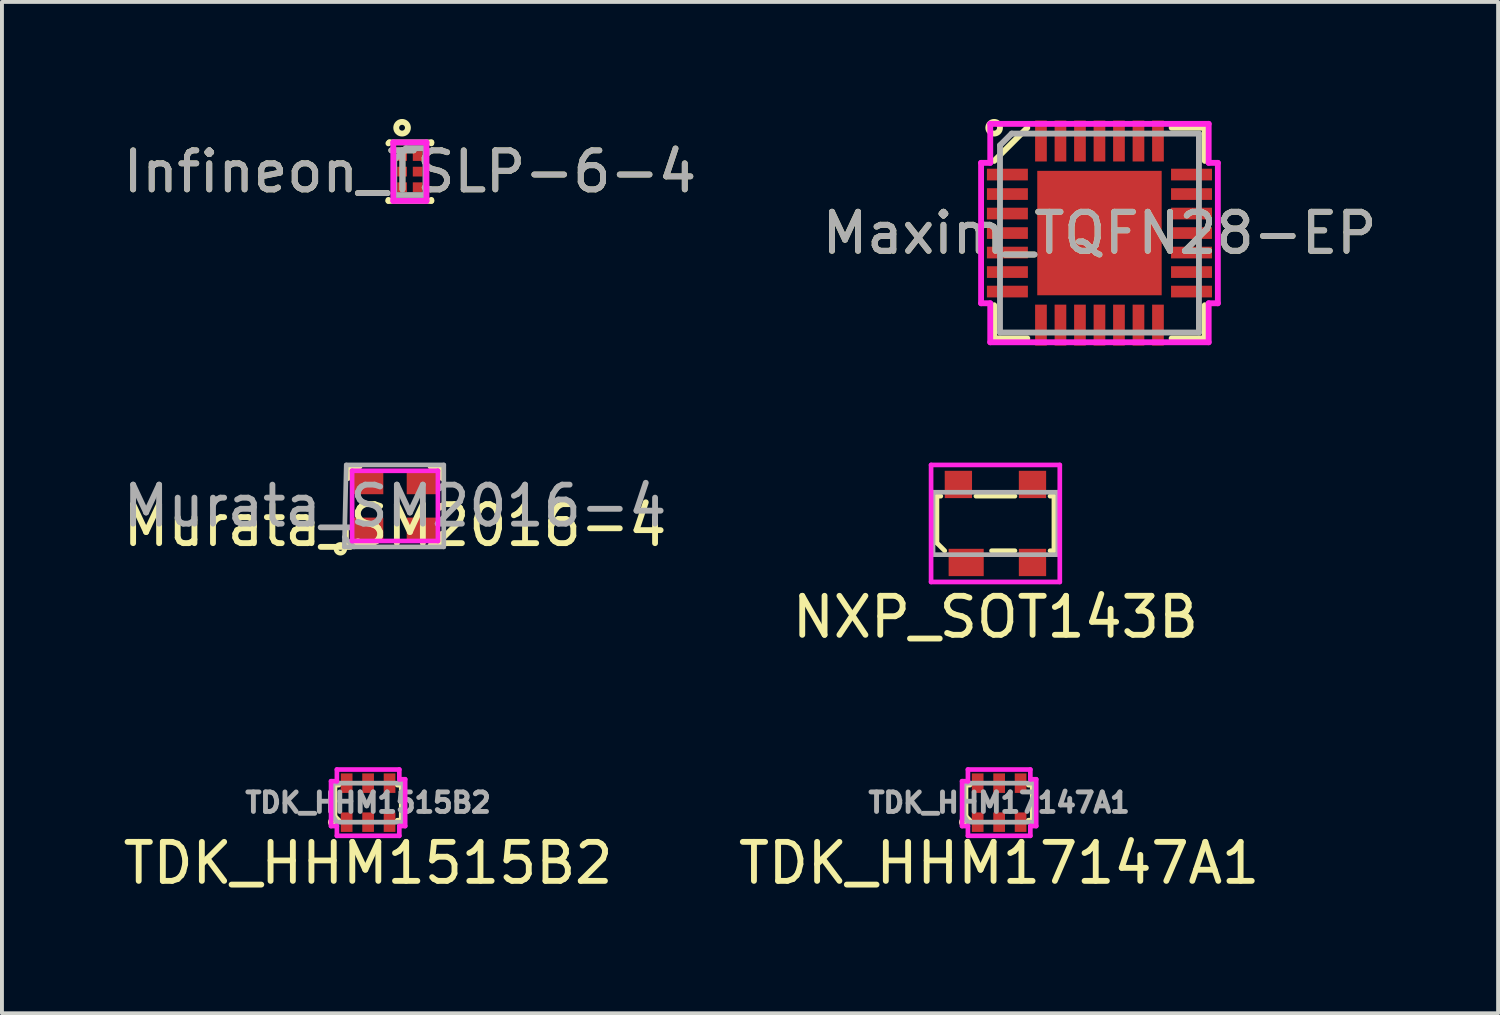
<source format=kicad_pcb>
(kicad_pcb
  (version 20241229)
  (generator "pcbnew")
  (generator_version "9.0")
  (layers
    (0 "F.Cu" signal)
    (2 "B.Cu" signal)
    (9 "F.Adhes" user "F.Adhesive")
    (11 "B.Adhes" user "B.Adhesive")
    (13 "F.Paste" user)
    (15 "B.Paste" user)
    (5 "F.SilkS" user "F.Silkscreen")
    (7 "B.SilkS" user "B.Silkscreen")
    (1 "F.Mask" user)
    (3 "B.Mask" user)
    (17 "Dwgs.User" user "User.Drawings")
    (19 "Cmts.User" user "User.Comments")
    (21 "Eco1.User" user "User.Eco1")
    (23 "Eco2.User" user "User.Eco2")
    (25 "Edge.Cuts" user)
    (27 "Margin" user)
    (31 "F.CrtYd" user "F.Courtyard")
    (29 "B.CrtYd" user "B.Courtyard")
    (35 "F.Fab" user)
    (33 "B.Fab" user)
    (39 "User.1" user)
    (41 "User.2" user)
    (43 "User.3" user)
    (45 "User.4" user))
  (footprint "TDK_HHM17147A1"
    (layer "F.Cu")
    (at 22.565 17.528)
    (property "Reference" "TDK_HHM17147A1" (at 0 1.55 0) (layer "F.SilkS") (effects (font (size 1 1) (thickness 0.15))))
    (attr through_hole)
    (fp_line (start -0.85 -0.45) (end -0.85 0.35) (stroke (width 0.12) (type solid)) (layer "F.SilkS"))
    (fp_line (start -0.85 0.35) (end -0.75 0.45) (stroke (width 0.12) (type solid)) (layer "F.SilkS"))
    (fp_line (start -0.75 -0.45) (end -0.85 -0.45) (stroke (width 0.12) (type solid)) (layer "F.SilkS"))
    (fp_line (start 0.75 0.45) (end 0.85 0.45) (stroke (width 0.12) (type solid)) (layer "F.SilkS"))
    (fp_line (start 0.85 -0.45) (end 0.75 -0.45) (stroke (width 0.12) (type solid)) (layer "F.SilkS"))
    (fp_line (start 0.85 0.45) (end 0.85 -0.45) (stroke (width 0.12) (type solid)) (layer "F.SilkS"))
    (fp_circle (center -0.9 0.5) (end -0.95 0.55) (stroke (width 0.12) (type solid)) (fill no) (layer "F.SilkS"))
    (fp_line (start -0.95 -0.55) (end -0.8 -0.55) (stroke (width 0.12) (type solid)) (layer "F.CrtYd"))
    (fp_line (start -0.95 0.6) (end -0.95 -0.55) (stroke (width 0.12) (type solid)) (layer "F.CrtYd"))
    (fp_line (start -0.8 -0.85) (end 0.8 -0.85) (stroke (width 0.12) (type solid)) (layer "F.CrtYd"))
    (fp_line (start -0.8 -0.55) (end -0.8 -0.85) (stroke (width 0.12) (type solid)) (layer "F.CrtYd"))
    (fp_line (start -0.8 0.6) (end -0.95 0.6) (stroke (width 0.12) (type solid)) (layer "F.CrtYd"))
    (fp_line (start -0.8 0.85) (end -0.8 0.6) (stroke (width 0.12) (type solid)) (layer "F.CrtYd"))
    (fp_line (start 0.8 -0.85) (end 0.8 -0.6) (stroke (width 0.12) (type solid)) (layer "F.CrtYd"))
    (fp_line (start 0.8 -0.6) (end 0.95 -0.6) (stroke (width 0.12) (type solid)) (layer "F.CrtYd"))
    (fp_line (start 0.8 0.6) (end 0.8 0.85) (stroke (width 0.12) (type solid)) (layer "F.CrtYd"))
    (fp_line (start 0.8 0.85) (end -0.8 0.85) (stroke (width 0.12) (type solid)) (layer "F.CrtYd"))
    (fp_line (start 0.95 -0.6) (end 0.95 0.6) (stroke (width 0.12) (type solid)) (layer "F.CrtYd"))
    (fp_line (start 0.95 0.6) (end 0.8 0.6) (stroke (width 0.12) (type solid)) (layer "F.CrtYd"))
    (fp_line (start -0.9 -0.5) (end -0.9 0.35) (stroke (width 0.12) (type solid)) (layer "F.Fab"))
    (fp_line (start -0.9 0.35) (end -0.8 0.5) (stroke (width 0.12) (type solid)) (layer "F.Fab"))
    (fp_line (start -0.8 0.5) (end 0.9 0.5) (stroke (width 0.12) (type solid)) (layer "F.Fab"))
    (fp_line (start 0.9 -0.5) (end -0.9 -0.5) (stroke (width 0.12) (type solid)) (layer "F.Fab"))
    (fp_line (start 0.9 0.5) (end 0.9 -0.5) (stroke (width 0.12) (type solid)) (layer "F.Fab"))
    (fp_text user "${REFERENCE}" (at 0 0 0) (layer "F.Fab") (effects (font (size 0.5 0.5) (thickness 0.125))))
    (pad "1" smd rect (at -0.55 0.5) (size 0.3 0.5) (layers "F.Cu" "F.Mask" "F.Paste"))
    (pad "2" smd rect (at 0 0.5) (size 0.3 0.5) (layers "F.Cu" "F.Mask" "F.Paste"))
    (pad "3" smd rect (at 0.55 0.5) (size 0.3 0.5) (layers "F.Cu" "F.Mask" "F.Paste"))
    (pad "4" smd rect (at 0.55 -0.5) (size 0.3 0.5) (layers "F.Cu" "F.Mask" "F.Paste"))
    (pad "5" smd rect (at 0 -0.5) (size 0.3 0.5) (layers "F.Cu" "F.Mask" "F.Paste"))
    (pad "6" smd rect (at -0.55 -0.5) (size 0.3 0.5) (layers "F.Cu" "F.Mask" "F.Paste")))
  (footprint "Maxim_TQFN28-EP"
    (layer "F.Cu")
    (at 25.137 2.925)
    (property "Reference" "Maxim_TQFN28-EP" (at 0 0 0) (layer "F.SilkS") (effects (font (size 1 1) (thickness 0.15))))
    (property "Value" "${VALUE}" (at 0 -0.5 0) (layer "F.Fab") (hide yes) (effects (font (size 1 1) (thickness 0.15))))
    (attr through_hole)
    (fp_line (start -2.7 -1.85) (end -1.85 -2.7) (stroke (width 0.15) (type solid)) (layer "F.SilkS"))
    (fp_line (start -2.7 2.7) (end -2.7 1.85) (stroke (width 0.15) (type solid)) (layer "F.SilkS"))
    (fp_line (start -1.85 2.7) (end -2.7 2.7) (stroke (width 0.15) (type solid)) (layer "F.SilkS"))
    (fp_line (start 1.85 2.7) (end 2.7 2.7) (stroke (width 0.15) (type solid)) (layer "F.SilkS"))
    (fp_line (start 2.7 -2.7) (end 1.85 -2.7) (stroke (width 0.15) (type solid)) (layer "F.SilkS"))
    (fp_line (start 2.7 -1.85) (end 2.7 -2.7) (stroke (width 0.15) (type solid)) (layer "F.SilkS"))
    (fp_line (start 2.7 2.7) (end 2.7 1.85) (stroke (width 0.15) (type solid)) (layer "F.SilkS"))
    (fp_circle (center -2.7 -2.7) (end -2.7 -2.85) (stroke (width 0.15) (type solid)) (fill no) (layer "F.SilkS"))
    (fp_line (start -3.035 -1.8) (end -2.8 -1.8) (stroke (width 0.15) (type solid)) (layer "F.CrtYd"))
    (fp_line (start -3.035 1.8) (end -3.035 -1.8) (stroke (width 0.15) (type solid)) (layer "F.CrtYd"))
    (fp_line (start -2.8 -2.8) (end 2.8 -2.8) (stroke (width 0.15) (type solid)) (layer "F.CrtYd"))
    (fp_line (start -2.8 -1.8) (end -2.8 -2.8) (stroke (width 0.15) (type solid)) (layer "F.CrtYd"))
    (fp_line (start -2.8 1.8) (end -3.035 1.8) (stroke (width 0.15) (type solid)) (layer "F.CrtYd"))
    (fp_line (start -2.8 2.8) (end -2.8 1.8) (stroke (width 0.15) (type solid)) (layer "F.CrtYd"))
    (fp_line (start 2.8 -2.8) (end 2.8 -1.8) (stroke (width 0.15) (type solid)) (layer "F.CrtYd"))
    (fp_line (start 2.8 -1.8) (end 3.035 -1.8) (stroke (width 0.15) (type solid)) (layer "F.CrtYd"))
    (fp_line (start 2.8 1.8) (end 2.8 2.8) (stroke (width 0.15) (type solid)) (layer "F.CrtYd"))
    (fp_line (start 2.8 2.8) (end -2.8 2.8) (stroke (width 0.15) (type solid)) (layer "F.CrtYd"))
    (fp_line (start 3.035 -1.8) (end 3.035 1.8) (stroke (width 0.15) (type solid)) (layer "F.CrtYd"))
    (fp_line (start 3.035 1.8) (end 2.8 1.8) (stroke (width 0.15) (type solid)) (layer "F.CrtYd"))
    (fp_line (start -2.55 -2.25) (end -2.55 2.55) (stroke (width 0.15) (type solid)) (layer "F.Fab"))
    (fp_line (start -2.55 2.55) (end 2.55 2.55) (stroke (width 0.15) (type solid)) (layer "F.Fab"))
    (fp_line (start -2.25 -2.55) (end -2.55 -2.25) (stroke (width 0.15) (type solid)) (layer "F.Fab"))
    (fp_line (start 2.55 -2.55) (end -2.25 -2.55) (stroke (width 0.15) (type solid)) (layer "F.Fab"))
    (fp_line (start 2.55 2.55) (end 2.55 -2.55) (stroke (width 0.15) (type solid)) (layer "F.Fab"))
    (fp_text user "${REFERENCE}" (at 0 0 0) (layer "F.Fab") (effects (font (size 1 1) (thickness 0.15))))
    (pad "0" smd rect (at 0 0) (size 3.19 3.19) (layers "F.Cu" "F.Mask" "F.Paste"))
    (pad "1" smd rect (at -2.36 -1.5) (size 1.05 0.3) (layers "F.Cu" "F.Mask" "F.Paste"))
    (pad "2" smd rect (at -2.36 -1) (size 1.05 0.3) (layers "F.Cu" "F.Mask" "F.Paste"))
    (pad "3" smd rect (at -2.36 -0.5) (size 1.05 0.3) (layers "F.Cu" "F.Mask" "F.Paste"))
    (pad "4" smd rect (at -2.36 0) (size 1.05 0.3) (layers "F.Cu" "F.Mask" "F.Paste"))
    (pad "5" smd rect (at -2.36 0.5) (size 1.05 0.3) (layers "F.Cu" "F.Mask" "F.Paste"))
    (pad "6" smd rect (at -2.36 1) (size 1.05 0.3) (layers "F.Cu" "F.Mask" "F.Paste"))
    (pad "7" smd rect (at -2.36 1.5) (size 1.05 0.3) (layers "F.Cu" "F.Mask" "F.Paste"))
    (pad "8" smd rect (at -1.5 2.36) (size 0.3 1.05) (layers "F.Cu" "F.Mask" "F.Paste"))
    (pad "9" smd rect (at -1 2.36) (size 0.3 1.05) (layers "F.Cu" "F.Mask" "F.Paste"))
    (pad "10" smd rect (at -0.5 2.36) (size 0.3 1.05) (layers "F.Cu" "F.Mask" "F.Paste"))
    (pad "11" smd rect (at 0 2.36) (size 0.3 1.05) (layers "F.Cu" "F.Mask" "F.Paste"))
    (pad "12" smd rect (at 0.5 2.36) (size 0.3 1.05) (layers "F.Cu" "F.Mask" "F.Paste"))
    (pad "13" smd rect (at 1 2.36) (size 0.3 1.05) (layers "F.Cu" "F.Mask" "F.Paste"))
    (pad "14" smd rect (at 1.5 2.36) (size 0.3 1.05) (layers "F.Cu" "F.Mask" "F.Paste"))
    (pad "15" smd rect (at 2.36 1.5) (size 1.05 0.3) (layers "F.Cu" "F.Mask" "F.Paste"))
    (pad "16" smd rect (at 2.36 1) (size 1.05 0.3) (layers "F.Cu" "F.Mask" "F.Paste"))
    (pad "17" smd rect (at 2.36 0.5) (size 1.05 0.3) (layers "F.Cu" "F.Mask" "F.Paste"))
    (pad "18" smd rect (at 2.36 0) (size 1.05 0.3) (layers "F.Cu" "F.Mask" "F.Paste"))
    (pad "19" smd rect (at 2.36 -0.5) (size 1.05 0.3) (layers "F.Cu" "F.Mask" "F.Paste"))
    (pad "20" smd rect (at 2.36 -1) (size 1.05 0.3) (layers "F.Cu" "F.Mask" "F.Paste"))
    (pad "21" smd rect (at 2.36 -1.5) (size 1.05 0.3) (layers "F.Cu" "F.Mask" "F.Paste"))
    (pad "22" smd rect (at 1.5 -2.36) (size 0.3 1.05) (layers "F.Cu" "F.Mask" "F.Paste"))
    (pad "23" smd rect (at 1 -2.36) (size 0.3 1.05) (layers "F.Cu" "F.Mask" "F.Paste"))
    (pad "24" smd rect (at 0.5 -2.36) (size 0.3 1.05) (layers "F.Cu" "F.Mask" "F.Paste"))
    (pad "25" smd rect (at 0 -2.36) (size 0.3 1.05) (layers "F.Cu" "F.Mask" "F.Paste"))
    (pad "26" smd rect (at -0.5 -2.36) (size 0.3 1.05) (layers "F.Cu" "F.Mask" "F.Paste"))
    (pad "27" smd rect (at -1 -2.36) (size 0.3 1.05) (layers "F.Cu" "F.Mask" "F.Paste"))
    (pad "28" smd rect (at -1.5 -2.36) (size 0.3 1.05) (layers "F.Cu" "F.Mask" "F.Paste")))
  (footprint "Infineon_TSLP-6-4"
    (layer "F.Cu")
    (at 7.458 1.35)
    (property "Reference" "Infineon_TSLP-6-4" (at 0 0 0) (layer "F.SilkS") (effects (font (size 1 1) (thickness 0.15))))
    (property "Value" "${VALUE}" (at 0 -0.5 0) (layer "F.Fab") (hide yes) (effects (font (size 1 1) (thickness 0.15))))
    (attr through_hole)
    (fp_line (start -0.55 -0.725) (end -0.525 -0.75) (stroke (width 0.15) (type solid)) (layer "F.SilkS"))
    (fp_line (start -0.55 0.75) (end -0.55 0.725) (stroke (width 0.15) (type solid)) (layer "F.SilkS"))
    (fp_line (start -0.525 -0.75) (end 0.55 -0.75) (stroke (width 0.15) (type solid)) (layer "F.SilkS"))
    (fp_line (start 0.55 -0.75) (end 0.55 -0.725) (stroke (width 0.15) (type solid)) (layer "F.SilkS"))
    (fp_line (start 0.55 0.725) (end 0.55 0.75) (stroke (width 0.15) (type solid)) (layer "F.SilkS"))
    (fp_line (start 0.55 0.75) (end -0.55 0.75) (stroke (width 0.15) (type solid)) (layer "F.SilkS"))
    (fp_circle (center -0.2 -1.125) (end -0.2 -0.975) (stroke (width 0.15) (type solid)) (fill no) (layer "F.SilkS"))
    (fp_line (start -0.425 -0.75) (end -0.425 0.75) (stroke (width 0.15) (type solid)) (layer "F.CrtYd"))
    (fp_line (start -0.425 0.75) (end 0.425 0.75) (stroke (width 0.15) (type solid)) (layer "F.CrtYd"))
    (fp_line (start 0.425 -0.75) (end -0.425 -0.75) (stroke (width 0.15) (type solid)) (layer "F.CrtYd"))
    (fp_line (start 0.425 0.75) (end 0.425 -0.75) (stroke (width 0.15) (type solid)) (layer "F.CrtYd"))
    (fp_line (start -0.4 -0.3) (end -0.4 0.6) (stroke (width 0.15) (type solid)) (layer "F.Fab"))
    (fp_line (start -0.4 0.6) (end 0.4 0.6) (stroke (width 0.15) (type solid)) (layer "F.Fab"))
    (fp_line (start -0.1 -0.6) (end -0.4 -0.3) (stroke (width 0.15) (type solid)) (layer "F.Fab"))
    (fp_line (start 0.4 -0.6) (end -0.1 -0.6) (stroke (width 0.15) (type solid)) (layer "F.Fab"))
    (fp_line (start 0.4 0.6) (end 0.4 -0.6) (stroke (width 0.15) (type solid)) (layer "F.Fab"))
    (fp_text user "${REFERENCE}" (at 0 0 0) (layer "F.Fab") (effects (font (size 1 1) (thickness 0.15))))
    (pad "1" smd rect (at -0.2 -0.4) (size 0.25 0.25) (layers "F.Cu" "F.Mask" "F.Paste"))
    (pad "2" smd rect (at -0.2 0) (size 0.25 0.25) (layers "F.Cu" "F.Mask" "F.Paste"))
    (pad "3" smd rect (at -0.2 0.4) (size 0.25 0.25) (layers "F.Cu" "F.Mask" "F.Paste"))
    (pad "4" smd rect (at 0.2 0.4) (size 0.25 0.25) (layers "F.Cu" "F.Mask" "F.Paste"))
    (pad "5" smd rect (at 0.2 0) (size 0.25 0.25) (layers "F.Cu" "F.Mask" "F.Paste"))
    (pad "6" smd rect (at 0.2 -0.4) (size 0.25 0.25) (layers "F.Cu" "F.Mask" "F.Paste")))
  (footprint "NXP_SOT143B"
    (layer "F.Cu")
    (at 22.47 10.37)
    (property "Reference" "NXP_SOT143B" (at 0 2.4 0) (layer "F.SilkS") (effects (font (size 1 1) (thickness 0.15))))
    (attr through_hole)
    (fp_line (start -1.5 -0.7) (end -1.5 0.5) (stroke (width 0.12) (type solid)) (layer "F.SilkS"))
    (fp_line (start -1.5 -0.7) (end -1.4 -0.7) (stroke (width 0.12) (type solid)) (layer "F.SilkS"))
    (fp_line (start -1.5 0.5) (end -1.3 0.7) (stroke (width 0.12) (type solid)) (layer "F.SilkS"))
    (fp_line (start -0.5 -0.7) (end 0.5 -0.7) (stroke (width 0.12) (type solid)) (layer "F.SilkS"))
    (fp_line (start -0.1 0.7) (end 0.5 0.7) (stroke (width 0.12) (type solid)) (layer "F.SilkS"))
    (fp_line (start 1.4 -0.7) (end 1.5 -0.7) (stroke (width 0.12) (type solid)) (layer "F.SilkS"))
    (fp_line (start 1.5 -0.7) (end 1.5 0.7) (stroke (width 0.12) (type solid)) (layer "F.SilkS"))
    (fp_line (start 1.5 0.7) (end 1.4 0.7) (stroke (width 0.12) (type solid)) (layer "F.SilkS"))
    (fp_line (start -1.65 -1.5) (end 1.65 -1.5) (stroke (width 0.12) (type solid)) (layer "F.CrtYd"))
    (fp_line (start -1.65 1.5) (end -1.65 -1.5) (stroke (width 0.12) (type solid)) (layer "F.CrtYd"))
    (fp_line (start 1.65 -1.5) (end 1.65 1.5) (stroke (width 0.12) (type solid)) (layer "F.CrtYd"))
    (fp_line (start 1.65 1.5) (end -1.65 1.5) (stroke (width 0.12) (type solid)) (layer "F.CrtYd"))
    (fp_line (start -1.6 -0.8) (end 1.6 -0.8) (stroke (width 0.12) (type solid)) (layer "F.Fab"))
    (fp_line (start -1.6 0.8) (end -1.6 -0.8) (stroke (width 0.12) (type solid)) (layer "F.Fab"))
    (fp_line (start 1.6 -0.8) (end 1.6 0.8) (stroke (width 0.12) (type solid)) (layer "F.Fab"))
    (fp_line (start 1.6 0.8) (end -1.6 0.8) (stroke (width 0.12) (type solid)) (layer "F.Fab"))
    (pad "1" smd rect (at -0.75 1) (size 0.9 0.7) (layers "F.Cu" "F.Mask" "F.Paste"))
    (pad "2" smd rect (at 0.95 1) (size 0.7 0.7) (layers "F.Cu" "F.Mask" "F.Paste"))
    (pad "3" smd rect (at 0.95 -1) (size 0.7 0.7) (layers "F.Cu" "F.Mask" "F.Paste"))
    (pad "4" smd rect (at -0.95 -1) (size 0.7 0.7) (layers "F.Cu" "F.Mask" "F.Paste")))
  (footprint "Murata_SM2016-4"
    (layer "F.Cu")
    (at 7.077 9.92)
    (property "Reference" "Murata_SM2016-4" (at 0 0.5 0) (layer "F.SilkS") (effects (font (size 1 1) (thickness 0.15))))
    (attr through_hole)
    (fp_line (start -1.25 0.6) (end -1.25 1) (stroke (width 0.12) (type solid)) (layer "F.SilkS"))
    (fp_line (start -1.25 1) (end -1.25 0.6) (stroke (width 0.12) (type solid)) (layer "F.SilkS"))
    (fp_line (start -1.25 1) (end -0.85 1) (stroke (width 0.12) (type solid)) (layer "F.SilkS"))
    (fp_line (start -1.2 -1) (end -1.2 -0.7) (stroke (width 0.12) (type solid)) (layer "F.SilkS"))
    (fp_line (start -0.9 -1) (end -1.2 -1) (stroke (width 0.12) (type solid)) (layer "F.SilkS"))
    (fp_line (start 0.9 -1) (end 1.2 -1) (stroke (width 0.12) (type solid)) (layer "F.SilkS"))
    (fp_line (start 0.9 1) (end 1.2 1) (stroke (width 0.12) (type solid)) (layer "F.SilkS"))
    (fp_line (start 1.2 -1) (end 1.2 -0.7) (stroke (width 0.12) (type solid)) (layer "F.SilkS"))
    (fp_line (start 1.2 1) (end 1.2 0.7) (stroke (width 0.12) (type solid)) (layer "F.SilkS"))
    (fp_circle (center -1.4 1.1) (end -1.3 1.15) (stroke (width 0.12) (type solid)) (fill no) (layer "F.SilkS"))
    (fp_line (start -1.1 -0.9) (end -1.1 0.9) (stroke (width 0.12) (type solid)) (layer "F.CrtYd"))
    (fp_line (start -1.1 0.9) (end 1.1 0.9) (stroke (width 0.12) (type solid)) (layer "F.CrtYd"))
    (fp_line (start 1.1 -0.9) (end -1.1 -0.9) (stroke (width 0.12) (type solid)) (layer "F.CrtYd"))
    (fp_line (start 1.1 0.9) (end 1.1 -0.9) (stroke (width 0.12) (type solid)) (layer "F.CrtYd"))
    (fp_line (start -1.3 0.8) (end -1.05 1.05) (stroke (width 0.12) (type solid)) (layer "F.Fab"))
    (fp_line (start -1.3 1.05) (end 1.25 1.05) (stroke (width 0.12) (type solid)) (layer "F.Fab"))
    (fp_line (start -1.25 -1.05) (end -1.3 1.05) (stroke (width 0.12) (type solid)) (layer "F.Fab"))
    (fp_line (start 1.25 -1.05) (end -1.25 -1.05) (stroke (width 0.12) (type solid)) (layer "F.Fab"))
    (fp_line (start 1.25 1.05) (end 1.25 -1.05) (stroke (width 0.12) (type solid)) (layer "F.Fab"))
    (fp_text user "${REFERENCE}" (at 0 0 0) (layer "F.Fab") (effects (font (size 1 1) (thickness 0.15))))
    (pad "1" smd rect (at -0.7 0.6) (size 0.8 0.6) (layers "F.Cu" "F.Mask" "F.Paste"))
    (pad "2" smd rect (at 0.7 0.6) (size 0.8 0.6) (layers "F.Cu" "F.Mask" "F.Paste"))
    (pad "3" smd rect (at 0.7 -0.6) (size 0.8 0.6) (layers "F.Cu" "F.Mask" "F.Paste"))
    (pad "4" smd rect (at -0.7 -0.6) (size 0.8 0.6) (layers "F.Cu" "F.Mask" "F.Paste")))
  (footprint "TDK_HHM1515B2"
    (layer "F.Cu")
    (at 6.387 17.528)
    (property "Reference" "TDK_HHM1515B2" (at 0 1.55 0) (layer "F.SilkS") (effects (font (size 1 1) (thickness 0.15))))
    (attr through_hole)
    (fp_line (start -0.85 -0.45) (end -0.85 0.35) (stroke (width 0.12) (type solid)) (layer "F.SilkS"))
    (fp_line (start -0.85 0.35) (end -0.75 0.45) (stroke (width 0.12) (type solid)) (layer "F.SilkS"))
    (fp_line (start -0.75 -0.45) (end -0.85 -0.45) (stroke (width 0.12) (type solid)) (layer "F.SilkS"))
    (fp_line (start 0.75 0.45) (end 0.85 0.45) (stroke (width 0.12) (type solid)) (layer "F.SilkS"))
    (fp_line (start 0.85 -0.45) (end 0.75 -0.45) (stroke (width 0.12) (type solid)) (layer "F.SilkS"))
    (fp_line (start 0.85 0.45) (end 0.85 -0.45) (stroke (width 0.12) (type solid)) (layer "F.SilkS"))
    (fp_circle (center -0.9 0.5) (end -0.95 0.55) (stroke (width 0.12) (type solid)) (fill no) (layer "F.SilkS"))
    (fp_line (start -0.95 -0.55) (end -0.8 -0.55) (stroke (width 0.12) (type solid)) (layer "F.CrtYd"))
    (fp_line (start -0.95 0.6) (end -0.95 -0.55) (stroke (width 0.12) (type solid)) (layer "F.CrtYd"))
    (fp_line (start -0.8 -0.85) (end 0.8 -0.85) (stroke (width 0.12) (type solid)) (layer "F.CrtYd"))
    (fp_line (start -0.8 -0.55) (end -0.8 -0.85) (stroke (width 0.12) (type solid)) (layer "F.CrtYd"))
    (fp_line (start -0.8 0.6) (end -0.95 0.6) (stroke (width 0.12) (type solid)) (layer "F.CrtYd"))
    (fp_line (start -0.8 0.85) (end -0.8 0.6) (stroke (width 0.12) (type solid)) (layer "F.CrtYd"))
    (fp_line (start 0.8 -0.85) (end 0.8 -0.6) (stroke (width 0.12) (type solid)) (layer "F.CrtYd"))
    (fp_line (start 0.8 -0.6) (end 0.95 -0.6) (stroke (width 0.12) (type solid)) (layer "F.CrtYd"))
    (fp_line (start 0.8 0.6) (end 0.8 0.85) (stroke (width 0.12) (type solid)) (layer "F.CrtYd"))
    (fp_line (start 0.8 0.85) (end -0.8 0.85) (stroke (width 0.12) (type solid)) (layer "F.CrtYd"))
    (fp_line (start 0.95 -0.6) (end 0.95 0.6) (stroke (width 0.12) (type solid)) (layer "F.CrtYd"))
    (fp_line (start 0.95 0.6) (end 0.8 0.6) (stroke (width 0.12) (type solid)) (layer "F.CrtYd"))
    (fp_line (start -0.9 -0.5) (end -0.9 0.35) (stroke (width 0.12) (type solid)) (layer "F.Fab"))
    (fp_line (start -0.9 0.35) (end -0.8 0.5) (stroke (width 0.12) (type solid)) (layer "F.Fab"))
    (fp_line (start -0.8 0.5) (end 0.9 0.5) (stroke (width 0.12) (type solid)) (layer "F.Fab"))
    (fp_line (start 0.9 -0.5) (end -0.9 -0.5) (stroke (width 0.12) (type solid)) (layer "F.Fab"))
    (fp_line (start 0.9 0.5) (end 0.9 -0.5) (stroke (width 0.12) (type solid)) (layer "F.Fab"))
    (fp_text user "${REFERENCE}" (at 0 0 0) (layer "F.Fab") (effects (font (size 0.5 0.5) (thickness 0.125))))
    (pad "1" smd rect (at -0.55 0.5) (size 0.3 0.5) (layers "F.Cu" "F.Mask" "F.Paste"))
    (pad "2" smd rect (at 0 0.5) (size 0.3 0.5) (layers "F.Cu" "F.Mask" "F.Paste"))
    (pad "3" smd rect (at 0.55 0.5) (size 0.3 0.5) (layers "F.Cu" "F.Mask" "F.Paste"))
    (pad "4" smd rect (at 0.55 -0.5) (size 0.3 0.5) (layers "F.Cu" "F.Mask" "F.Paste"))
    (pad "5" smd rect (at 0 -0.5) (size 0.3 0.5) (layers "F.Cu" "F.Mask" "F.Paste"))
    (pad "6" smd rect (at -0.55 -0.5) (size 0.3 0.5) (layers "F.Cu" "F.Mask" "F.Paste")))
  (gr_rect
    (start -3 -3)
    (end 35.357 22.927)
    (stroke (width 0.1) (type default))
    (fill no)
    (layer "Edge.Cuts")))
</source>
